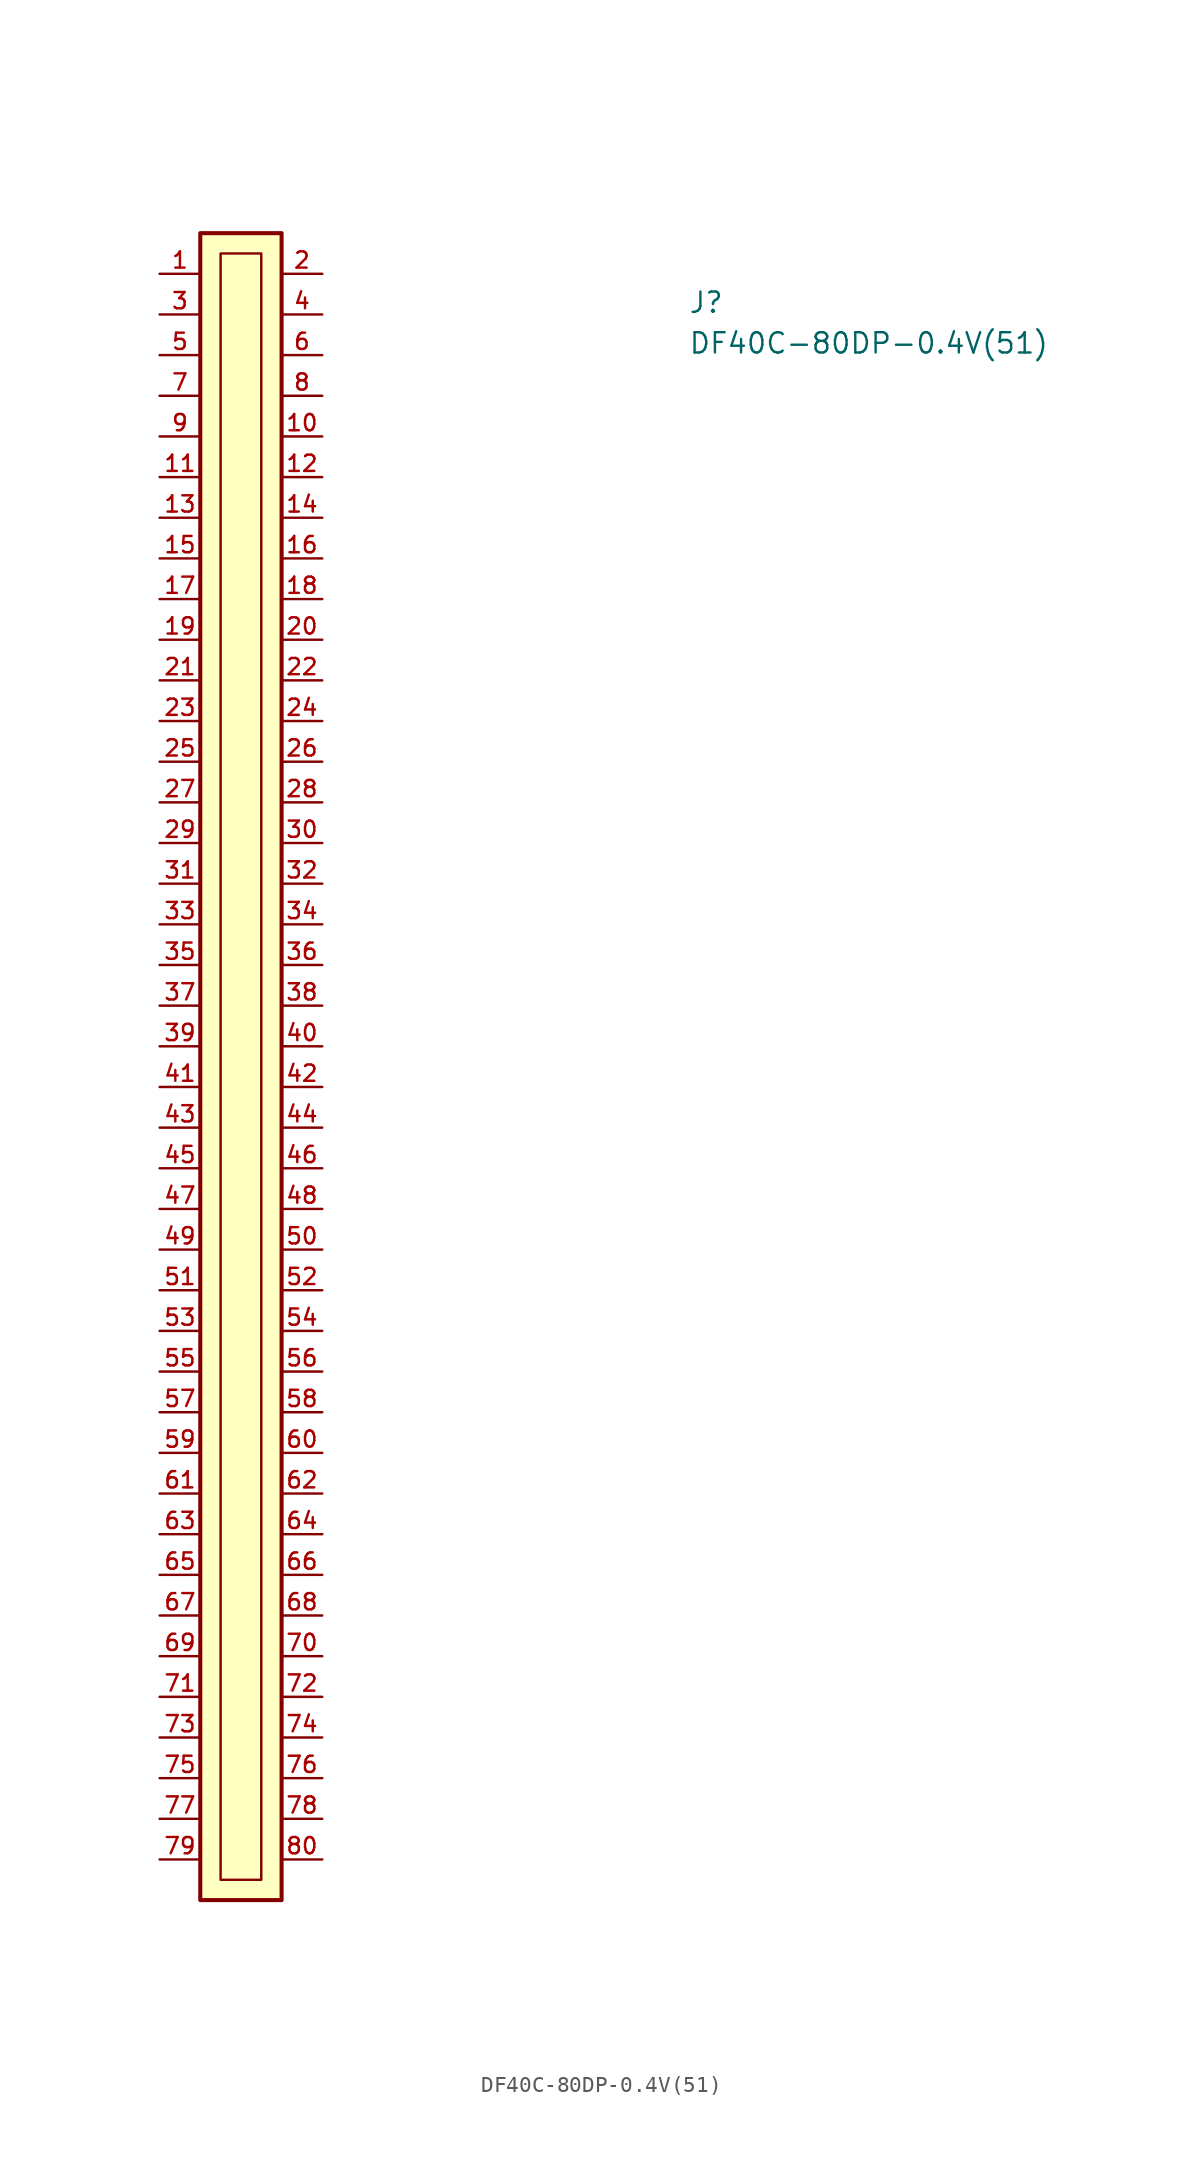
<source format=kicad_sym>
(kicad_symbol_lib
  (version 20211014)
  (generator kicad_symbol_editor)
  (symbol "DF40C-80DP-0.4V(51)"
    (pin_names hide)
    (property "Reference" "J"
      (at 33.02 -2.54 0)
      (effects (font (size 1.27 1.27) (thickness 0.15)) (justify left bottom)))
    (property "Value" "DF40C-80DP-0.4V(51)"
      (at 33.02 -5.08 0)
      (effects (font (size 1.27 1.27) (thickness 0.15)) (justify left bottom)))
    (symbol "DF40C-80DP-0.4V(51)_0_0"
      (rectangle (start 2.54 2.54) (end 7.62 -101.6) (stroke (width 0.254) (type default) (color 0 0 0 0)) (fill (type background)))
      (pin passive line (at 0 0 0) (length 2.54) (name "1" (effects (font (size 1.016 1.016)))) (number "1" (effects (font (size 1.016 1.016)))))
      (pin passive line (at 10.16 -10.16 180) (length 2.54) (name "10" (effects (font (size 1.016 1.016)))) (number "10" (effects (font (size 1.016 1.016)))))
      (pin passive line (at 0 -12.7 0) (length 2.54) (name "11" (effects (font (size 1.016 1.016)))) (number "11" (effects (font (size 1.016 1.016)))))
      (pin passive line (at 10.16 -12.7 180) (length 2.54) (name "12" (effects (font (size 1.016 1.016)))) (number "12" (effects (font (size 1.016 1.016)))))
      (pin passive line (at 0 -15.24 0) (length 2.54) (name "13" (effects (font (size 1.016 1.016)))) (number "13" (effects (font (size 1.016 1.016)))))
      (pin passive line (at 10.16 -15.24 180) (length 2.54) (name "14" (effects (font (size 1.016 1.016)))) (number "14" (effects (font (size 1.016 1.016)))))
      (pin passive line (at 0 -17.78 0) (length 2.54) (name "15" (effects (font (size 1.016 1.016)))) (number "15" (effects (font (size 1.016 1.016)))))
      (pin passive line (at 10.16 -17.78 180) (length 2.54) (name "16" (effects (font (size 1.016 1.016)))) (number "16" (effects (font (size 1.016 1.016)))))
      (pin passive line (at 0 -20.32 0) (length 2.54) (name "17" (effects (font (size 1.016 1.016)))) (number "17" (effects (font (size 1.016 1.016)))))
      (pin passive line (at 10.16 -20.32 180) (length 2.54) (name "18" (effects (font (size 1.016 1.016)))) (number "18" (effects (font (size 1.016 1.016)))))
      (pin passive line (at 0 -22.86 0) (length 2.54) (name "19" (effects (font (size 1.016 1.016)))) (number "19" (effects (font (size 1.016 1.016)))))
      (pin passive line (at 10.16 0 180) (length 2.54) (name "2" (effects (font (size 1.016 1.016)))) (number "2" (effects (font (size 1.016 1.016)))))
      (pin passive line (at 10.16 -22.86 180) (length 2.54) (name "20" (effects (font (size 1.016 1.016)))) (number "20" (effects (font (size 1.016 1.016)))))
      (pin passive line (at 0 -25.4 0) (length 2.54) (name "21" (effects (font (size 1.016 1.016)))) (number "21" (effects (font (size 1.016 1.016)))))
      (pin passive line (at 10.16 -25.4 180) (length 2.54) (name "22" (effects (font (size 1.016 1.016)))) (number "22" (effects (font (size 1.016 1.016)))))
      (pin passive line (at 0 -27.94 0) (length 2.54) (name "23" (effects (font (size 1.016 1.016)))) (number "23" (effects (font (size 1.016 1.016)))))
      (pin passive line (at 10.16 -27.94 180) (length 2.54) (name "24" (effects (font (size 1.016 1.016)))) (number "24" (effects (font (size 1.016 1.016)))))
      (pin passive line (at 0 -30.48 0) (length 2.54) (name "25" (effects (font (size 1.016 1.016)))) (number "25" (effects (font (size 1.016 1.016)))))
      (pin passive line (at 10.16 -30.48 180) (length 2.54) (name "26" (effects (font (size 1.016 1.016)))) (number "26" (effects (font (size 1.016 1.016)))))
      (pin passive line (at 0 -33.02 0) (length 2.54) (name "27" (effects (font (size 1.016 1.016)))) (number "27" (effects (font (size 1.016 1.016)))))
      (pin passive line (at 10.16 -33.02 180) (length 2.54) (name "28" (effects (font (size 1.016 1.016)))) (number "28" (effects (font (size 1.016 1.016)))))
      (pin passive line (at 0 -35.56 0) (length 2.54) (name "29" (effects (font (size 1.016 1.016)))) (number "29" (effects (font (size 1.016 1.016)))))
      (pin passive line (at 0 -2.54 0) (length 2.54) (name "3" (effects (font (size 1.016 1.016)))) (number "3" (effects (font (size 1.016 1.016)))))
      (pin passive line (at 10.16 -35.56 180) (length 2.54) (name "30" (effects (font (size 1.016 1.016)))) (number "30" (effects (font (size 1.016 1.016)))))
      (pin passive line (at 0 -38.1 0) (length 2.54) (name "31" (effects (font (size 1.016 1.016)))) (number "31" (effects (font (size 1.016 1.016)))))
      (pin passive line (at 10.16 -38.1 180) (length 2.54) (name "32" (effects (font (size 1.016 1.016)))) (number "32" (effects (font (size 1.016 1.016)))))
      (pin passive line (at 0 -40.64 0) (length 2.54) (name "33" (effects (font (size 1.016 1.016)))) (number "33" (effects (font (size 1.016 1.016)))))
      (pin passive line (at 10.16 -40.64 180) (length 2.54) (name "34" (effects (font (size 1.016 1.016)))) (number "34" (effects (font (size 1.016 1.016)))))
      (pin passive line (at 0 -43.18 0) (length 2.54) (name "35" (effects (font (size 1.016 1.016)))) (number "35" (effects (font (size 1.016 1.016)))))
      (pin passive line (at 10.16 -43.18 180) (length 2.54) (name "36" (effects (font (size 1.016 1.016)))) (number "36" (effects (font (size 1.016 1.016)))))
      (pin passive line (at 0 -45.72 0) (length 2.54) (name "37" (effects (font (size 1.016 1.016)))) (number "37" (effects (font (size 1.016 1.016)))))
      (pin passive line (at 10.16 -45.72 180) (length 2.54) (name "38" (effects (font (size 1.016 1.016)))) (number "38" (effects (font (size 1.016 1.016)))))
      (pin passive line (at 0 -48.26 0) (length 2.54) (name "39" (effects (font (size 1.016 1.016)))) (number "39" (effects (font (size 1.016 1.016)))))
      (pin passive line (at 10.16 -2.54 180) (length 2.54) (name "4" (effects (font (size 1.016 1.016)))) (number "4" (effects (font (size 1.016 1.016)))))
      (pin passive line (at 10.16 -48.26 180) (length 2.54) (name "40" (effects (font (size 1.016 1.016)))) (number "40" (effects (font (size 1.016 1.016)))))
      (pin passive line (at 0 -50.8 0) (length 2.54) (name "41" (effects (font (size 1.016 1.016)))) (number "41" (effects (font (size 1.016 1.016)))))
      (pin passive line (at 10.16 -50.8 180) (length 2.54) (name "42" (effects (font (size 1.016 1.016)))) (number "42" (effects (font (size 1.016 1.016)))))
      (pin passive line (at 0 -53.34 0) (length 2.54) (name "43" (effects (font (size 1.016 1.016)))) (number "43" (effects (font (size 1.016 1.016)))))
      (pin passive line (at 10.16 -53.34 180) (length 2.54) (name "44" (effects (font (size 1.016 1.016)))) (number "44" (effects (font (size 1.016 1.016)))))
      (pin passive line (at 0 -55.88 0) (length 2.54) (name "45" (effects (font (size 1.016 1.016)))) (number "45" (effects (font (size 1.016 1.016)))))
      (pin passive line (at 10.16 -55.88 180) (length 2.54) (name "46" (effects (font (size 1.016 1.016)))) (number "46" (effects (font (size 1.016 1.016)))))
      (pin passive line (at 0 -58.42 0) (length 2.54) (name "47" (effects (font (size 1.016 1.016)))) (number "47" (effects (font (size 1.016 1.016)))))
      (pin passive line (at 10.16 -58.42 180) (length 2.54) (name "48" (effects (font (size 1.016 1.016)))) (number "48" (effects (font (size 1.016 1.016)))))
      (pin passive line (at 0 -60.96 0) (length 2.54) (name "49" (effects (font (size 1.016 1.016)))) (number "49" (effects (font (size 1.016 1.016)))))
      (pin passive line (at 0 -5.08 0) (length 2.54) (name "5" (effects (font (size 1.016 1.016)))) (number "5" (effects (font (size 1.016 1.016)))))
      (pin passive line (at 10.16 -60.96 180) (length 2.54) (name "50" (effects (font (size 1.016 1.016)))) (number "50" (effects (font (size 1.016 1.016)))))
      (pin passive line (at 0 -63.5 0) (length 2.54) (name "51" (effects (font (size 1.016 1.016)))) (number "51" (effects (font (size 1.016 1.016)))))
      (pin passive line (at 10.16 -63.5 180) (length 2.54) (name "52" (effects (font (size 1.016 1.016)))) (number "52" (effects (font (size 1.016 1.016)))))
      (pin passive line (at 0 -66.04 0) (length 2.54) (name "53" (effects (font (size 1.016 1.016)))) (number "53" (effects (font (size 1.016 1.016)))))
      (pin passive line (at 10.16 -66.04 180) (length 2.54) (name "54" (effects (font (size 1.016 1.016)))) (number "54" (effects (font (size 1.016 1.016)))))
      (pin passive line (at 0 -68.58 0) (length 2.54) (name "55" (effects (font (size 1.016 1.016)))) (number "55" (effects (font (size 1.016 1.016)))))
      (pin passive line (at 10.16 -68.58 180) (length 2.54) (name "56" (effects (font (size 1.016 1.016)))) (number "56" (effects (font (size 1.016 1.016)))))
      (pin passive line (at 0 -71.12 0) (length 2.54) (name "57" (effects (font (size 1.016 1.016)))) (number "57" (effects (font (size 1.016 1.016)))))
      (pin passive line (at 10.16 -71.12 180) (length 2.54) (name "58" (effects (font (size 1.016 1.016)))) (number "58" (effects (font (size 1.016 1.016)))))
      (pin passive line (at 0 -73.66 0) (length 2.54) (name "59" (effects (font (size 1.016 1.016)))) (number "59" (effects (font (size 1.016 1.016)))))
      (pin passive line (at 10.16 -5.08 180) (length 2.54) (name "6" (effects (font (size 1.016 1.016)))) (number "6" (effects (font (size 1.016 1.016)))))
      (pin passive line (at 10.16 -73.66 180) (length 2.54) (name "60" (effects (font (size 1.016 1.016)))) (number "60" (effects (font (size 1.016 1.016)))))
      (pin passive line (at 0 -76.2 0) (length 2.54) (name "61" (effects (font (size 1.016 1.016)))) (number "61" (effects (font (size 1.016 1.016)))))
      (pin passive line (at 10.16 -76.2 180) (length 2.54) (name "62" (effects (font (size 1.016 1.016)))) (number "62" (effects (font (size 1.016 1.016)))))
      (pin passive line (at 0 -78.74 0) (length 2.54) (name "63" (effects (font (size 1.016 1.016)))) (number "63" (effects (font (size 1.016 1.016)))))
      (pin passive line (at 10.16 -78.74 180) (length 2.54) (name "64" (effects (font (size 1.016 1.016)))) (number "64" (effects (font (size 1.016 1.016)))))
      (pin passive line (at 0 -81.28 0) (length 2.54) (name "65" (effects (font (size 1.016 1.016)))) (number "65" (effects (font (size 1.016 1.016)))))
      (pin passive line (at 10.16 -81.28 180) (length 2.54) (name "66" (effects (font (size 1.016 1.016)))) (number "66" (effects (font (size 1.016 1.016)))))
      (pin passive line (at 0 -83.82 0) (length 2.54) (name "67" (effects (font (size 1.016 1.016)))) (number "67" (effects (font (size 1.016 1.016)))))
      (pin passive line (at 10.16 -83.82 180) (length 2.54) (name "68" (effects (font (size 1.016 1.016)))) (number "68" (effects (font (size 1.016 1.016)))))
      (pin passive line (at 0 -86.36 0) (length 2.54) (name "69" (effects (font (size 1.016 1.016)))) (number "69" (effects (font (size 1.016 1.016)))))
      (pin passive line (at 0 -7.62 0) (length 2.54) (name "7" (effects (font (size 1.016 1.016)))) (number "7" (effects (font (size 1.016 1.016)))))
      (pin passive line (at 10.16 -86.36 180) (length 2.54) (name "70" (effects (font (size 1.016 1.016)))) (number "70" (effects (font (size 1.016 1.016)))))
      (pin passive line (at 0 -88.9 0) (length 2.54) (name "71" (effects (font (size 1.016 1.016)))) (number "71" (effects (font (size 1.016 1.016)))))
      (pin passive line (at 10.16 -88.9 180) (length 2.54) (name "72" (effects (font (size 1.016 1.016)))) (number "72" (effects (font (size 1.016 1.016)))))
      (pin passive line (at 0 -91.44 0) (length 2.54) (name "73" (effects (font (size 1.016 1.016)))) (number "73" (effects (font (size 1.016 1.016)))))
      (pin passive line (at 10.16 -91.44 180) (length 2.54) (name "74" (effects (font (size 1.016 1.016)))) (number "74" (effects (font (size 1.016 1.016)))))
      (pin passive line (at 0 -93.98 0) (length 2.54) (name "75" (effects (font (size 1.016 1.016)))) (number "75" (effects (font (size 1.016 1.016)))))
      (pin passive line (at 10.16 -93.98 180) (length 2.54) (name "76" (effects (font (size 1.016 1.016)))) (number "76" (effects (font (size 1.016 1.016)))))
      (pin passive line (at 0 -96.52 0) (length 2.54) (name "77" (effects (font (size 1.016 1.016)))) (number "77" (effects (font (size 1.016 1.016)))))
      (pin passive line (at 10.16 -96.52 180) (length 2.54) (name "78" (effects (font (size 1.016 1.016)))) (number "78" (effects (font (size 1.016 1.016)))))
      (pin passive line (at 0 -99.06 0) (length 2.54) (name "79" (effects (font (size 1.016 1.016)))) (number "79" (effects (font (size 1.016 1.016)))))
      (pin passive line (at 10.16 -7.62 180) (length 2.54) (name "8" (effects (font (size 1.016 1.016)))) (number "8" (effects (font (size 1.016 1.016)))))
      (pin passive line (at 10.16 -99.06 180) (length 2.54) (name "80" (effects (font (size 1.016 1.016)))) (number "80" (effects (font (size 1.016 1.016)))))
      (pin passive line (at 0 -10.16 0) (length 2.54) (name "9" (effects (font (size 1.016 1.016)))) (number "9" (effects (font (size 1.016 1.016))))))
    (symbol "DF40C-80DP-0.4V(51)_0_1"
      (rectangle (start 3.81 1.27) (end 6.35 -100.33) (stroke (width 0) (type default) (color 0 0 0 0)) (fill (type none))))))
</source>
